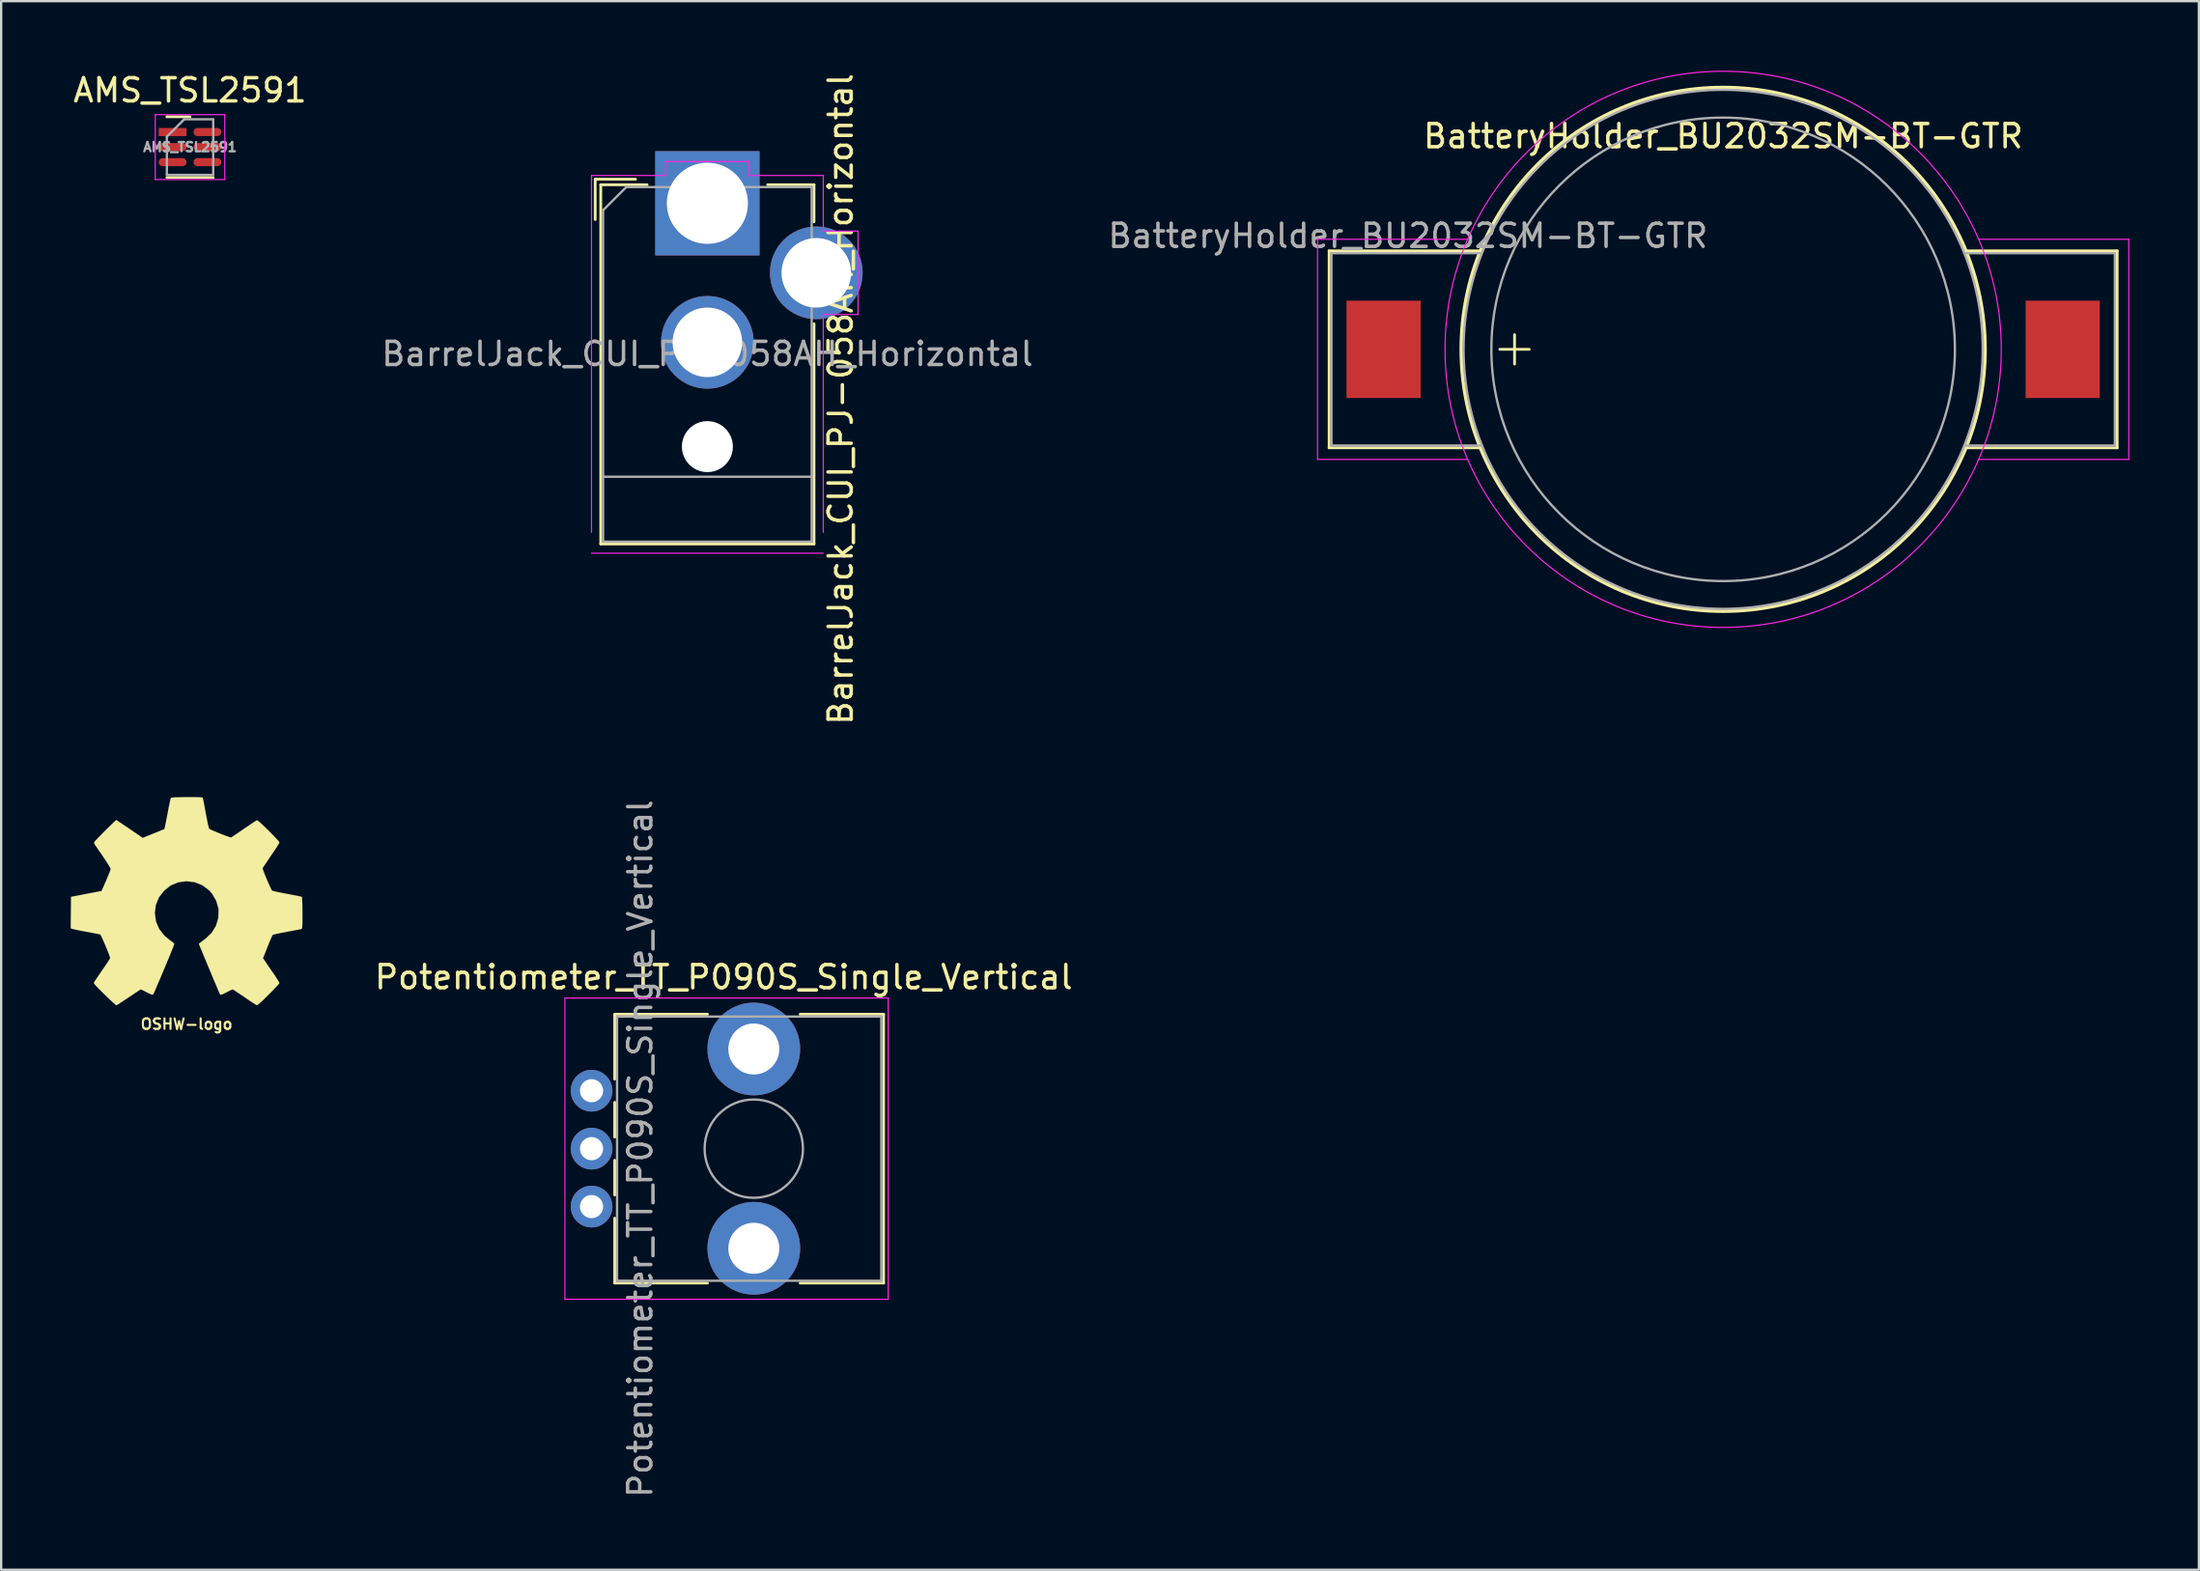
<source format=kicad_pcb>
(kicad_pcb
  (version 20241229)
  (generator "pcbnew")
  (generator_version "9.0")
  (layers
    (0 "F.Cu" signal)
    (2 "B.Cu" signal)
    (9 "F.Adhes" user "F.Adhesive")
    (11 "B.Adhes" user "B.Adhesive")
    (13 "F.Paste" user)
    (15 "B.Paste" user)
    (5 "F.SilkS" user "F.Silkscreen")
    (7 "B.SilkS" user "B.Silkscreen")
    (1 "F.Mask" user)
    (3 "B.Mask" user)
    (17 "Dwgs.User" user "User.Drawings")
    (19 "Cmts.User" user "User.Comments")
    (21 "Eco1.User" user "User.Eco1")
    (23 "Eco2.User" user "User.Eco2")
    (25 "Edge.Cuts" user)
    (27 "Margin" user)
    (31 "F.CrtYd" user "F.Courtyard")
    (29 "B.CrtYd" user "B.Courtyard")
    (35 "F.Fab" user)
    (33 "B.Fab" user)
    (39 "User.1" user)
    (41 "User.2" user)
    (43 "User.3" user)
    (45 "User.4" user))
  (footprint "Potentiometer_TT_P090S_Single_Vertical"
    (layer "F.Cu")
    (at 29.473 46.518)
    (property "Reference" "Potentiometer_TT_P090S_Single_Vertical" (at -1.3 -7.4 0) (layer "F.SilkS") (effects (font (size 1 1) (thickness 0.15))))
    (attr through_hole)
    (fp_line (start -6 -5.8) (end -6 -3) (stroke (width 0.12) (type solid)) (layer "F.SilkS"))
    (fp_line (start -6 -5.8) (end -2 -5.8) (stroke (width 0.12) (type solid)) (layer "F.SilkS"))
    (fp_line (start -6 -2) (end -6 -0.5) (stroke (width 0.12) (type solid)) (layer "F.SilkS"))
    (fp_line (start -6 0.5) (end -6 2) (stroke (width 0.12) (type solid)) (layer "F.SilkS"))
    (fp_line (start -6 3) (end -6 5.8) (stroke (width 0.12) (type solid)) (layer "F.SilkS"))
    (fp_line (start -6 5.8) (end -2 5.8) (stroke (width 0.12) (type solid)) (layer "F.SilkS"))
    (fp_line (start 2 5.8) (end 5.6 5.8) (stroke (width 0.12) (type solid)) (layer "F.SilkS"))
    (fp_line (start 5.6 -5.8) (end 2 -5.8) (stroke (width 0.12) (type solid)) (layer "F.SilkS"))
    (fp_line (start 5.6 -5.8) (end 5.6 5.8) (stroke (width 0.12) (type solid)) (layer "F.SilkS"))
    (fp_line (start -8.15 -6.5) (end -8.15 6.5) (stroke (width 0.05) (type solid)) (layer "F.CrtYd"))
    (fp_line (start -8.15 6.5) (end 5.8 6.5) (stroke (width 0.05) (type solid)) (layer "F.CrtYd"))
    (fp_line (start 5.8 -6.5) (end -8.15 -6.5) (stroke (width 0.05) (type solid)) (layer "F.CrtYd"))
    (fp_line (start 5.8 6.5) (end 5.8 -6.5) (stroke (width 0.05) (type solid)) (layer "F.CrtYd"))
    (fp_line (start -5.9 -5.7) (end 5.5 -5.7) (stroke (width 0.1) (type solid)) (layer "F.Fab"))
    (fp_line (start -5.9 5.7) (end -5.9 -5.7) (stroke (width 0.1) (type solid)) (layer "F.Fab"))
    (fp_line (start -5.9 5.7) (end 5.5 5.7) (stroke (width 0.1) (type solid)) (layer "F.Fab"))
    (fp_line (start 5.5 5.7) (end 5.5 -5.7) (stroke (width 0.1) (type solid)) (layer "F.Fab"))
    (fp_circle (center 0 0) (end 1.5 1.5) (stroke (width 0.1) (type solid)) (fill no) (layer "F.Fab"))
    (fp_text user "${REFERENCE}" (at -4.9 0 90) (layer "F.Fab") (effects (font (size 1 1) (thickness 0.15))))
    (pad "" np_thru_hole circle (at 0 -4.3) (size 4 4) (drill 2.2) (layers "*.Cu" "*.Mask"))
    (pad "" np_thru_hole circle (at 0 4.3) (size 4 4) (drill 2.2) (layers "*.Cu" "*.Mask"))
    (pad "1" thru_hole circle (at -7 -2.5) (size 1.8 1.8) (drill 1) (layers "*.Cu" "*.Mask"))
    (pad "2" thru_hole circle (at -7 0) (size 1.8 1.8) (drill 1) (layers "*.Cu" "*.Mask"))
    (pad "3" thru_hole circle (at -7 2.5) (size 1.8 1.8) (drill 1) (layers "*.Cu" "*.Mask")))
  (footprint "AMS_TSL2591"
    (layer "F.Cu")
    (at 5.149 3.298)
    (property "Reference" "AMS_TSL2591" (at 0 -2.45 0) (layer "F.SilkS") (effects (font (size 1 1) (thickness 0.15))))
    (attr smd)
    (fp_line (start -1 -1.31) (end 0 -1.31) (stroke (width 0.12) (type solid)) (layer "F.SilkS"))
    (fp_line (start -1 1.31) (end 1 1.31) (stroke (width 0.12) (type solid)) (layer "F.SilkS"))
    (fp_line (start -1.5 -1.4) (end -1.5 1.4) (stroke (width 0.05) (type solid)) (layer "F.CrtYd"))
    (fp_line (start -1.5 1.4) (end 1.5 1.4) (stroke (width 0.05) (type solid)) (layer "F.CrtYd"))
    (fp_line (start 1.5 -1.4) (end -1.5 -1.4) (stroke (width 0.05) (type solid)) (layer "F.CrtYd"))
    (fp_line (start 1.5 1.4) (end 1.5 -1.4) (stroke (width 0.05) (type solid)) (layer "F.CrtYd"))
    (fp_line (start -1 -0.45) (end -0.25 -1.2) (stroke (width 0.1) (type solid)) (layer "F.Fab"))
    (fp_line (start -1 1.2) (end -1 -0.45) (stroke (width 0.1) (type solid)) (layer "F.Fab"))
    (fp_line (start -0.25 -1.2) (end 1 -1.2) (stroke (width 0.1) (type solid)) (layer "F.Fab"))
    (fp_line (start 1 -1.2) (end 1 1.2) (stroke (width 0.1) (type solid)) (layer "F.Fab"))
    (fp_line (start 1 1.2) (end -1 1.2) (stroke (width 0.1) (type solid)) (layer "F.Fab"))
    (fp_text user "${REFERENCE}" (at 0 0 0) (layer "F.Fab") (effects (font (size 0.4 0.4) (thickness 0.1))))
    (pad "1" smd rect (at -0.75 -0.65) (size 1.2 0.35) (layers "F.Cu" "F.Mask" "F.Paste"))
    (pad "2" smd oval (at -0.75 0) (size 1.2 0.35) (layers "F.Cu" "F.Mask" "F.Paste"))
    (pad "3" smd oval (at -0.75 0.65) (size 1.2 0.35) (layers "F.Cu" "F.Mask" "F.Paste"))
    (pad "4" smd oval (at 0.75 0.65) (size 1.2 0.35) (layers "F.Cu" "F.Mask" "F.Paste"))
    (pad "5" smd oval (at 0.75 0) (size 1.2 0.35) (layers "F.Cu" "F.Mask" "F.Paste"))
    (pad "6" smd oval (at 0.75 -0.65) (size 1.2 0.35) (layers "F.Cu" "F.Mask" "F.Paste")))
  (footprint "OSHW-logo"
    (layer "F.Cu")
    (at 5 35.84)
    (property "Reference" "OSHW-logo" (at 0 5.304 0) (layer "F.SilkS") (effects (font (size 0.455 0.455) (thickness 0.089))))
    (attr through_hole)
    (fp_poly (pts (xy -3.03 4.491) (xy -2.979 4.463) (xy -2.86 4.389) (xy -2.695 4.28) (xy -2.497 4.148) (xy -2.299 4.016) (xy -2.136 3.907) (xy -2.022 3.833) (xy -1.974 3.805) (xy -1.948 3.815) (xy -1.854 3.861) (xy -1.717 3.932) (xy -1.638 3.973) (xy -1.514 4.026) (xy -1.45 4.039) (xy -1.44 4.021) (xy -1.394 3.924) (xy -1.323 3.762) (xy -1.229 3.543) (xy -1.12 3.289) (xy -1.006 3.018) (xy -0.889 2.738) (xy -0.777 2.471) (xy -0.681 2.233) (xy -0.602 2.037) (xy -0.551 1.902) (xy -0.531 1.844) (xy -0.536 1.831) (xy -0.599 1.77) (xy -0.709 1.689) (xy -0.945 1.496) (xy -1.179 1.204) (xy -1.321 0.874) (xy -1.369 0.505) (xy -1.328 0.165) (xy -1.194 -0.163) (xy -0.965 -0.457) (xy -0.688 -0.678) (xy -0.363 -0.815) (xy 0 -0.861) (xy 0.348 -0.82) (xy 0.683 -0.688) (xy 0.978 -0.465) (xy 1.102 -0.32) (xy 1.275 -0.023) (xy 1.372 0.297) (xy 1.382 0.378) (xy 1.369 0.729) (xy 1.265 1.067) (xy 1.079 1.369) (xy 0.82 1.615) (xy 0.79 1.638) (xy 0.671 1.727) (xy 0.589 1.788) (xy 0.528 1.839) (xy 0.975 2.916) (xy 1.046 3.086) (xy 1.168 3.381) (xy 1.278 3.635) (xy 1.361 3.835) (xy 1.422 3.97) (xy 1.448 4.026) (xy 1.45 4.028) (xy 1.491 4.036) (xy 1.572 4.006) (xy 1.722 3.932) (xy 1.821 3.881) (xy 1.935 3.825) (xy 1.989 3.805) (xy 2.032 3.83) (xy 2.141 3.901) (xy 2.301 4.008) (xy 2.494 4.138) (xy 2.677 4.262) (xy 2.845 4.374) (xy 2.969 4.453) (xy 3.028 4.486) (xy 3.038 4.486) (xy 3.091 4.455) (xy 3.188 4.374) (xy 3.335 4.237) (xy 3.541 4.031) (xy 3.574 4) (xy 3.744 3.825) (xy 3.881 3.68) (xy 3.975 3.576) (xy 4.008 3.531) (xy 3.978 3.472) (xy 3.901 3.35) (xy 3.79 3.178) (xy 3.653 2.979) (xy 3.297 2.461) (xy 3.493 1.971) (xy 3.551 1.821) (xy 3.627 1.641) (xy 3.686 1.511) (xy 3.713 1.455) (xy 3.767 1.435) (xy 3.901 1.405) (xy 4.094 1.364) (xy 4.326 1.321) (xy 4.547 1.28) (xy 4.745 1.242) (xy 4.889 1.214) (xy 4.953 1.201) (xy 4.968 1.191) (xy 4.983 1.161) (xy 4.991 1.092) (xy 4.996 0.973) (xy 4.999 0.782) (xy 4.999 0.505) (xy 4.999 0.475) (xy 4.996 0.213) (xy 4.991 0.003) (xy 4.983 -0.135) (xy 4.976 -0.188) (xy 4.973 -0.188) (xy 4.912 -0.203) (xy 4.773 -0.234) (xy 4.572 -0.272) (xy 4.336 -0.318) (xy 4.321 -0.32) (xy 4.084 -0.366) (xy 3.886 -0.406) (xy 3.747 -0.439) (xy 3.688 -0.457) (xy 3.675 -0.475) (xy 3.63 -0.566) (xy 3.561 -0.714) (xy 3.482 -0.892) (xy 3.406 -1.077) (xy 3.338 -1.245) (xy 3.294 -1.369) (xy 3.279 -1.425) (xy 3.282 -1.427) (xy 3.317 -1.483) (xy 3.399 -1.605) (xy 3.513 -1.775) (xy 3.65 -1.979) (xy 3.66 -1.994) (xy 3.797 -2.192) (xy 3.907 -2.362) (xy 3.98 -2.482) (xy 4.008 -2.537) (xy 4.008 -2.54) (xy 3.962 -2.601) (xy 3.861 -2.713) (xy 3.716 -2.865) (xy 3.541 -3.043) (xy 3.485 -3.096) (xy 3.289 -3.287) (xy 3.155 -3.411) (xy 3.071 -3.477) (xy 3.03 -3.493) (xy 3.03 -3.49) (xy 2.969 -3.454) (xy 2.842 -3.373) (xy 2.672 -3.256) (xy 2.469 -3.119) (xy 2.454 -3.109) (xy 2.256 -2.972) (xy 2.088 -2.86) (xy 1.971 -2.781) (xy 1.918 -2.751) (xy 1.91 -2.751) (xy 1.829 -2.774) (xy 1.687 -2.824) (xy 1.511 -2.893) (xy 1.326 -2.967) (xy 1.158 -3.038) (xy 1.031 -3.094) (xy 0.973 -3.129) (xy 0.97 -3.132) (xy 0.95 -3.203) (xy 0.914 -3.353) (xy 0.874 -3.559) (xy 0.826 -3.802) (xy 0.818 -3.843) (xy 0.775 -4.082) (xy 0.737 -4.277) (xy 0.709 -4.415) (xy 0.693 -4.47) (xy 0.66 -4.478) (xy 0.544 -4.486) (xy 0.366 -4.491) (xy 0.15 -4.493) (xy -0.076 -4.491) (xy -0.297 -4.486) (xy -0.485 -4.481) (xy -0.62 -4.47) (xy -0.676 -4.46) (xy -0.678 -4.455) (xy -0.699 -4.381) (xy -0.732 -4.232) (xy -0.775 -4.026) (xy -0.82 -3.78) (xy -0.831 -3.736) (xy -0.874 -3.5) (xy -0.914 -3.305) (xy -0.942 -3.17) (xy -0.958 -3.117) (xy -0.98 -3.106) (xy -1.077 -3.063) (xy -1.237 -2.997) (xy -1.435 -2.918) (xy -1.892 -2.733) (xy -2.454 -3.117) (xy -2.504 -3.152) (xy -2.708 -3.289) (xy -2.873 -3.399) (xy -2.987 -3.475) (xy -3.035 -3.5) (xy -3.04 -3.5) (xy -3.096 -3.449) (xy -3.205 -3.345) (xy -3.358 -3.198) (xy -3.536 -3.023) (xy -3.665 -2.891) (xy -3.82 -2.733) (xy -3.919 -2.629) (xy -3.973 -2.56) (xy -3.99 -2.52) (xy -3.985 -2.492) (xy -3.95 -2.433) (xy -3.868 -2.311) (xy -3.752 -2.141) (xy -3.614 -1.943) (xy -3.503 -1.775) (xy -3.381 -1.587) (xy -3.302 -1.453) (xy -3.274 -1.387) (xy -3.282 -1.361) (xy -3.32 -1.25) (xy -3.388 -1.085) (xy -3.472 -0.886) (xy -3.668 -0.442) (xy -3.957 -0.386) (xy -4.135 -0.353) (xy -4.381 -0.305) (xy -4.618 -0.259) (xy -4.986 -0.188) (xy -4.999 1.166) (xy -4.943 1.191) (xy -4.887 1.206) (xy -4.75 1.237) (xy -4.557 1.275) (xy -4.326 1.318) (xy -4.13 1.354) (xy -3.932 1.392) (xy -3.79 1.42) (xy -3.729 1.433) (xy -3.711 1.455) (xy -3.663 1.549) (xy -3.592 1.702) (xy -3.513 1.885) (xy -3.434 2.075) (xy -3.365 2.25) (xy -3.317 2.383) (xy -3.297 2.451) (xy -3.325 2.504) (xy -3.399 2.621) (xy -3.508 2.786) (xy -3.642 2.982) (xy -3.777 3.178) (xy -3.891 3.345) (xy -3.97 3.467) (xy -4.003 3.523) (xy -3.985 3.559) (xy -3.907 3.655) (xy -3.759 3.807) (xy -3.538 4.026) (xy -3.503 4.061) (xy -3.327 4.229) (xy -3.18 4.366) (xy -3.076 4.458) (xy -3.03 4.491)) (stroke (width 0.003) (type solid)) (fill yes) (layer "F.SilkS")))
  (footprint "BatteryHolder_BU2032SM-BT-GTR"
    (layer "F.Cu")
    (at 71.296 12.025)
    (property "Reference" "BatteryHolder_BU2032SM-BT-GTR" (at 0 -9.2 0) (layer "F.SilkS") (effects (font (size 1 1) (thickness 0.15))))
    (attr through_hole)
    (fp_line (start -17 -4.25) (end -17 4.25) (stroke (width 0.12) (type solid)) (layer "F.SilkS"))
    (fp_line (start -17 -4.25) (end -10.5 -4.25) (stroke (width 0.12) (type solid)) (layer "F.SilkS"))
    (fp_line (start -10.5 4.25) (end -17 4.25) (stroke (width 0.12) (type solid)) (layer "F.SilkS"))
    (fp_line (start -9.635 0) (end -8.365 0) (stroke (width 0.12) (type solid)) (layer "F.SilkS"))
    (fp_line (start -9 -0.635) (end -9 0.635) (stroke (width 0.12) (type solid)) (layer "F.SilkS"))
    (fp_line (start 10.5 -4.25) (end 17 -4.25) (stroke (width 0.12) (type solid)) (layer "F.SilkS"))
    (fp_line (start 17 -4.25) (end 17 4.25) (stroke (width 0.12) (type solid)) (layer "F.SilkS"))
    (fp_line (start 17 4.25) (end 10.5 4.25) (stroke (width 0.12) (type solid)) (layer "F.SilkS"))
    (fp_circle (center 0 0) (end 11.3 0) (stroke (width 0.15) (type solid)) (fill no) (layer "F.SilkS"))
    (fp_line (start -17.5 -4.75) (end -17.5 4.75) (stroke (width 0.05) (type solid)) (layer "F.CrtYd"))
    (fp_line (start -17.5 -4.75) (end -11.025 -4.75) (stroke (width 0.05) (type solid)) (layer "F.CrtYd"))
    (fp_line (start -11.025 4.75) (end -17.5 4.75) (stroke (width 0.05) (type solid)) (layer "F.CrtYd"))
    (fp_line (start 11.025 -4.75) (end 17.5 -4.75) (stroke (width 0.05) (type solid)) (layer "F.CrtYd"))
    (fp_line (start 17.5 -4.75) (end 17.5 4.75) (stroke (width 0.05) (type solid)) (layer "F.CrtYd"))
    (fp_line (start 17.5 4.75) (end 11.025 4.75) (stroke (width 0.05) (type solid)) (layer "F.CrtYd"))
    (fp_circle (center 0 0) (end 12 0) (stroke (width 0.05) (type solid)) (fill no) (layer "F.CrtYd"))
    (fp_line (start -16.9 -4.15) (end -16.9 4.15) (stroke (width 0.1) (type solid)) (layer "F.Fab"))
    (fp_line (start -16.9 -4.15) (end -10.45 -4.15) (stroke (width 0.1) (type solid)) (layer "F.Fab"))
    (fp_line (start -16.9 4.15) (end -10.45 4.15) (stroke (width 0.1) (type solid)) (layer "F.Fab"))
    (fp_line (start 10.45 -4.15) (end 16.9 -4.15) (stroke (width 0.1) (type solid)) (layer "F.Fab"))
    (fp_line (start 16.9 -4.15) (end 16.9 4.15) (stroke (width 0.1) (type solid)) (layer "F.Fab"))
    (fp_line (start 16.9 4.15) (end 10.45 4.15) (stroke (width 0.1) (type solid)) (layer "F.Fab"))
    (fp_circle (center 0 0) (end 10 0) (stroke (width 0.1) (type solid)) (fill no) (layer "F.Fab"))
    (fp_circle (center 0 0) (end 11.2 0) (stroke (width 0.1) (type solid)) (fill no) (layer "F.Fab"))
    (fp_text user "${REFERENCE}" (at -13.6 -4.9 0) (layer "F.Fab") (effects (font (size 1 1) (thickness 0.15))))
    (pad "1" smd rect (at -14.65 0) (size 3.2 4.2) (layers "F.Cu" "F.Mask" "F.Paste"))
    (pad "2" smd rect (at 14.65 0) (size 3.2 4.2) (layers "F.Cu" "F.Mask" "F.Paste")))
  (footprint "BarrelJack_CUI_PJ-058AH_Horizontal"
    (layer "F.Cu")
    (at 27.47 5.723)
    (property "Reference" "BarrelJack_CUI_PJ-058AH_Horizontal" (at 5.75 8.45 90) (layer "F.SilkS") (effects (font (size 1 1) (thickness 0.15))))
    (attr through_hole)
    (fp_line (start -4.84 -1.04) (end -3.1 -1.04) (stroke (width 0.12) (type solid)) (layer "F.SilkS"))
    (fp_line (start -4.84 0.7) (end -4.84 -1.04) (stroke (width 0.12) (type solid)) (layer "F.SilkS"))
    (fp_line (start -4.6 -0.8) (end -2.6 -0.8) (stroke (width 0.12) (type solid)) (layer "F.SilkS"))
    (fp_line (start -4.6 14.7) (end -4.6 -0.8) (stroke (width 0.12) (type solid)) (layer "F.SilkS"))
    (fp_line (start 2.6 -0.8) (end 4.6 -0.8) (stroke (width 0.12) (type solid)) (layer "F.SilkS"))
    (fp_line (start 4.6 -0.8) (end 4.6 0.8) (stroke (width 0.12) (type solid)) (layer "F.SilkS"))
    (fp_line (start 4.6 5.2) (end 4.6 14.7) (stroke (width 0.12) (type solid)) (layer "F.SilkS"))
    (fp_line (start 4.6 14.7) (end -4.6 14.7) (stroke (width 0.12) (type solid)) (layer "F.SilkS"))
    (fp_line (start -5 -1.2) (end -1.8 -1.2) (stroke (width 0.05) (type solid)) (layer "F.CrtYd"))
    (fp_line (start -5 14.2) (end -5 -1.2) (stroke (width 0.05) (type solid)) (layer "F.CrtYd"))
    (fp_line (start -1.8 -1.8) (end 1.8 -1.8) (stroke (width 0.05) (type solid)) (layer "F.CrtYd"))
    (fp_line (start -1.8 -1.2) (end -1.8 -1.8) (stroke (width 0.05) (type solid)) (layer "F.CrtYd"))
    (fp_line (start 1.8 -1.8) (end 1.8 -1.2) (stroke (width 0.05) (type solid)) (layer "F.CrtYd"))
    (fp_line (start 1.8 -1.2) (end 5 -1.2) (stroke (width 0.05) (type solid)) (layer "F.CrtYd"))
    (fp_line (start 5 -1.2) (end 5 1.2) (stroke (width 0.05) (type solid)) (layer "F.CrtYd"))
    (fp_line (start 5 1.2) (end 6.5 1.2) (stroke (width 0.05) (type solid)) (layer "F.CrtYd"))
    (fp_line (start 5 4.8) (end 5 14.2) (stroke (width 0.05) (type solid)) (layer "F.CrtYd"))
    (fp_line (start 5 15.1) (end -5 15.1) (stroke (width 0.05) (type solid)) (layer "F.CrtYd"))
    (fp_line (start 6.5 1.2) (end 6.5 4.8) (stroke (width 0.05) (type solid)) (layer "F.CrtYd"))
    (fp_line (start 6.5 4.8) (end 5 4.8) (stroke (width 0.05) (type solid)) (layer "F.CrtYd"))
    (fp_line (start -4.5 0.3) (end -3.5 -0.7) (stroke (width 0.1) (type solid)) (layer "F.Fab"))
    (fp_line (start -4.5 11.8) (end 4.5 11.8) (stroke (width 0.1) (type solid)) (layer "F.Fab"))
    (fp_line (start -4.5 14.6) (end -4.5 0.3) (stroke (width 0.1) (type solid)) (layer "F.Fab"))
    (fp_line (start -3.5 -0.7) (end 4.5 -0.7) (stroke (width 0.1) (type solid)) (layer "F.Fab"))
    (fp_line (start 4.5 -0.7) (end 4.5 14.6) (stroke (width 0.1) (type solid)) (layer "F.Fab"))
    (fp_line (start 4.5 14.6) (end -4.5 14.6) (stroke (width 0.1) (type solid)) (layer "F.Fab"))
    (fp_text user "${REFERENCE}" (at 0 6.5 0) (layer "F.Fab") (effects (font (size 1 1) (thickness 0.15))))
    (pad "" np_thru_hole circle (at 0 10.5) (size 2.2 2.2) (drill 2.2) (layers "*.Cu" "*.Mask"))
    (pad "1" thru_hole rect (at 0 0) (size 4.5 4.5) (drill 3.5) (layers "*.Cu" "*.Mask"))
    (pad "2" thru_hole circle (at 0 6) (size 4 4) (drill 3) (layers "*.Cu" "*.Mask"))
    (pad "3" thru_hole circle (at 4.7 3) (size 4 4) (drill 3) (layers "*.Cu" "*.Mask")))
  (gr_rect
    (start -3 -3)
    (end 91.821 64.69)
    (stroke (width 0.1) (type default))
    (fill no)
    (layer "Edge.Cuts")))
</source>
